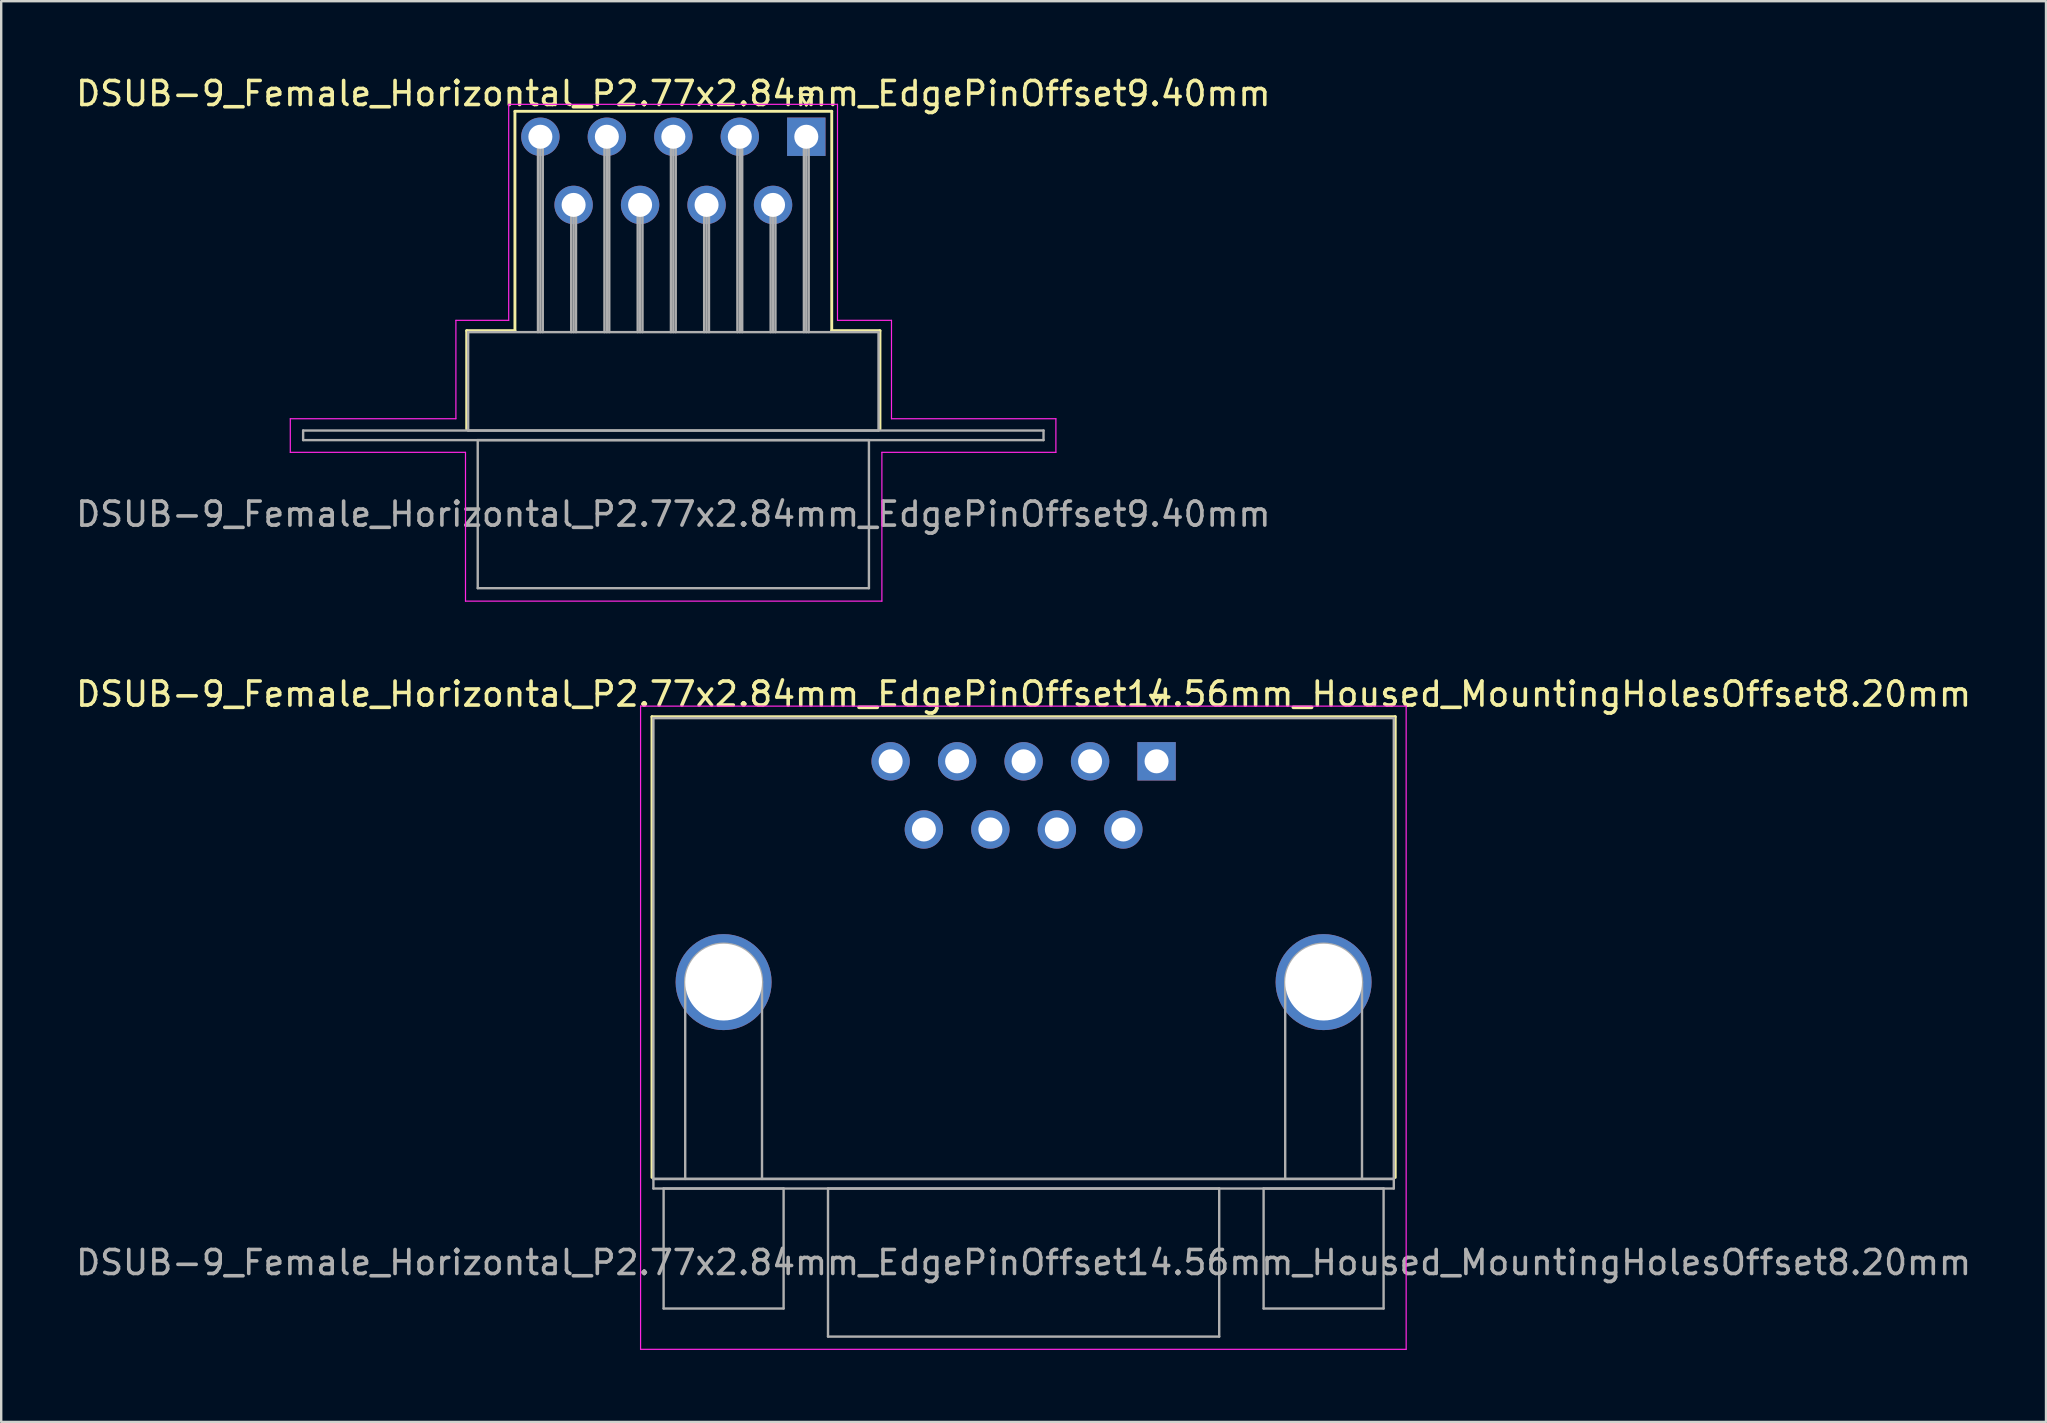
<source format=kicad_pcb>
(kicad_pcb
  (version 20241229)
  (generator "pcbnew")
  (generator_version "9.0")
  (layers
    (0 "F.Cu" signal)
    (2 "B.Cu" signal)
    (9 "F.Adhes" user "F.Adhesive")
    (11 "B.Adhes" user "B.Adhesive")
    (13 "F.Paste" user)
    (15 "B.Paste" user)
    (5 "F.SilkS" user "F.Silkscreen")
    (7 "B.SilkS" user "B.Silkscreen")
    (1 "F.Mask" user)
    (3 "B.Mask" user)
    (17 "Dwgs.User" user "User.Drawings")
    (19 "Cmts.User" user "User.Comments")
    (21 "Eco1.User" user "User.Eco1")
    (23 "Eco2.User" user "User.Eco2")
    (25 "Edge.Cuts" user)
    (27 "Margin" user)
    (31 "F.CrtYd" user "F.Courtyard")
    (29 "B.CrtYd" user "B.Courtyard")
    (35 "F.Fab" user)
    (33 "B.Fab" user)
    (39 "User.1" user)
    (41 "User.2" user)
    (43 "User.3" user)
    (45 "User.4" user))
  (footprint "DSUB-9_Female_Horizontal_P2.77x2.84mm_EdgePinOffset9.40mm"
    (layer "F.Cu")
    (at 30.546 2.648)
    (property "Reference" "DSUB-9_Female_Horizontal_P2.77x2.84mm_EdgePinOffset9.40mm" (at -5.54 -1.8 0) (layer "F.SilkS") (effects (font (size 1 1) (thickness 0.15))))
    (attr through_hole)
    (fp_line (start -14.15 8.08) (end -12.14 8.08) (stroke (width 0.12) (type solid)) (layer "F.SilkS"))
    (fp_line (start -14.15 12.18) (end -14.15 8.08) (stroke (width 0.12) (type solid)) (layer "F.SilkS"))
    (fp_line (start -12.14 -1.06) (end 1.06 -1.06) (stroke (width 0.12) (type solid)) (layer "F.SilkS"))
    (fp_line (start -12.14 8.08) (end -12.14 -1.06) (stroke (width 0.12) (type solid)) (layer "F.SilkS"))
    (fp_line (start -0.25 -1.754) (end 0.25 -1.754) (stroke (width 0.12) (type solid)) (layer "F.SilkS"))
    (fp_line (start 0 -1.321) (end -0.25 -1.754) (stroke (width 0.12) (type solid)) (layer "F.SilkS"))
    (fp_line (start 0.25 -1.754) (end 0 -1.321) (stroke (width 0.12) (type solid)) (layer "F.SilkS"))
    (fp_line (start 1.06 -1.06) (end 1.06 8.08) (stroke (width 0.12) (type solid)) (layer "F.SilkS"))
    (fp_line (start 1.06 8.08) (end 3.07 8.08) (stroke (width 0.12) (type solid)) (layer "F.SilkS"))
    (fp_line (start 3.07 8.08) (end 3.07 12.18) (stroke (width 0.12) (type solid)) (layer "F.SilkS"))
    (fp_line (start -21.5 11.75) (end -14.6 11.75) (stroke (width 0.05) (type solid)) (layer "F.CrtYd"))
    (fp_line (start -21.5 13.15) (end -21.5 11.75) (stroke (width 0.05) (type solid)) (layer "F.CrtYd"))
    (fp_line (start -14.6 7.65) (end -12.4 7.65) (stroke (width 0.05) (type solid)) (layer "F.CrtYd"))
    (fp_line (start -14.6 11.75) (end -14.6 7.65) (stroke (width 0.05) (type solid)) (layer "F.CrtYd"))
    (fp_line (start -14.2 13.15) (end -21.5 13.15) (stroke (width 0.05) (type solid)) (layer "F.CrtYd"))
    (fp_line (start -14.2 19.35) (end -14.2 13.15) (stroke (width 0.05) (type solid)) (layer "F.CrtYd"))
    (fp_line (start -12.4 -1.35) (end 1.3 -1.35) (stroke (width 0.05) (type solid)) (layer "F.CrtYd"))
    (fp_line (start -12.4 7.65) (end -12.4 -1.35) (stroke (width 0.05) (type solid)) (layer "F.CrtYd"))
    (fp_line (start 1.3 -1.35) (end 1.3 7.65) (stroke (width 0.05) (type solid)) (layer "F.CrtYd"))
    (fp_line (start 1.3 7.65) (end 3.55 7.65) (stroke (width 0.05) (type solid)) (layer "F.CrtYd"))
    (fp_line (start 3.15 13.15) (end 3.15 19.35) (stroke (width 0.05) (type solid)) (layer "F.CrtYd"))
    (fp_line (start 3.15 19.35) (end -14.2 19.35) (stroke (width 0.05) (type solid)) (layer "F.CrtYd"))
    (fp_line (start 3.55 7.65) (end 3.55 11.75) (stroke (width 0.05) (type solid)) (layer "F.CrtYd"))
    (fp_line (start 3.55 11.75) (end 10.4 11.75) (stroke (width 0.05) (type solid)) (layer "F.CrtYd"))
    (fp_line (start 10.4 11.75) (end 10.4 13.15) (stroke (width 0.05) (type solid)) (layer "F.CrtYd"))
    (fp_line (start 10.4 13.15) (end 3.15 13.15) (stroke (width 0.05) (type solid)) (layer "F.CrtYd"))
    (fp_line (start -20.965 12.24) (end -20.965 12.64) (stroke (width 0.1) (type solid)) (layer "F.Fab"))
    (fp_line (start -20.965 12.64) (end 9.885 12.64) (stroke (width 0.1) (type solid)) (layer "F.Fab"))
    (fp_line (start -14.09 8.14) (end -14.09 12.24) (stroke (width 0.1) (type solid)) (layer "F.Fab"))
    (fp_line (start -14.09 12.24) (end 3.01 12.24) (stroke (width 0.1) (type solid)) (layer "F.Fab"))
    (fp_line (start -13.69 12.64) (end -13.69 18.81) (stroke (width 0.1) (type solid)) (layer "F.Fab"))
    (fp_line (start -13.69 18.81) (end 2.61 18.81) (stroke (width 0.1) (type solid)) (layer "F.Fab"))
    (fp_line (start -11.18 0) (end -11.18 8.14) (stroke (width 0.1) (type solid)) (layer "F.Fab"))
    (fp_line (start -11.08 0) (end -11.08 8.14) (stroke (width 0.1) (type solid)) (layer "F.Fab"))
    (fp_line (start -10.98 0) (end -10.98 8.14) (stroke (width 0.1) (type solid)) (layer "F.Fab"))
    (fp_line (start -9.795 2.84) (end -9.795 8.14) (stroke (width 0.1) (type solid)) (layer "F.Fab"))
    (fp_line (start -9.695 2.84) (end -9.695 8.14) (stroke (width 0.1) (type solid)) (layer "F.Fab"))
    (fp_line (start -9.595 2.84) (end -9.595 8.14) (stroke (width 0.1) (type solid)) (layer "F.Fab"))
    (fp_line (start -8.41 0) (end -8.41 8.14) (stroke (width 0.1) (type solid)) (layer "F.Fab"))
    (fp_line (start -8.31 0) (end -8.31 8.14) (stroke (width 0.1) (type solid)) (layer "F.Fab"))
    (fp_line (start -8.21 0) (end -8.21 8.14) (stroke (width 0.1) (type solid)) (layer "F.Fab"))
    (fp_line (start -7.025 2.84) (end -7.025 8.14) (stroke (width 0.1) (type solid)) (layer "F.Fab"))
    (fp_line (start -6.925 2.84) (end -6.925 8.14) (stroke (width 0.1) (type solid)) (layer "F.Fab"))
    (fp_line (start -6.825 2.84) (end -6.825 8.14) (stroke (width 0.1) (type solid)) (layer "F.Fab"))
    (fp_line (start -5.64 0) (end -5.64 8.14) (stroke (width 0.1) (type solid)) (layer "F.Fab"))
    (fp_line (start -5.54 0) (end -5.54 8.14) (stroke (width 0.1) (type solid)) (layer "F.Fab"))
    (fp_line (start -5.44 0) (end -5.44 8.14) (stroke (width 0.1) (type solid)) (layer "F.Fab"))
    (fp_line (start -4.255 2.84) (end -4.255 8.14) (stroke (width 0.1) (type solid)) (layer "F.Fab"))
    (fp_line (start -4.155 2.84) (end -4.155 8.14) (stroke (width 0.1) (type solid)) (layer "F.Fab"))
    (fp_line (start -4.055 2.84) (end -4.055 8.14) (stroke (width 0.1) (type solid)) (layer "F.Fab"))
    (fp_line (start -2.87 0) (end -2.87 8.14) (stroke (width 0.1) (type solid)) (layer "F.Fab"))
    (fp_line (start -2.77 0) (end -2.77 8.14) (stroke (width 0.1) (type solid)) (layer "F.Fab"))
    (fp_line (start -2.67 0) (end -2.67 8.14) (stroke (width 0.1) (type solid)) (layer "F.Fab"))
    (fp_line (start -1.485 2.84) (end -1.485 8.14) (stroke (width 0.1) (type solid)) (layer "F.Fab"))
    (fp_line (start -1.385 2.84) (end -1.385 8.14) (stroke (width 0.1) (type solid)) (layer "F.Fab"))
    (fp_line (start -1.285 2.84) (end -1.285 8.14) (stroke (width 0.1) (type solid)) (layer "F.Fab"))
    (fp_line (start -0.1 0) (end -0.1 8.14) (stroke (width 0.1) (type solid)) (layer "F.Fab"))
    (fp_line (start 0 0) (end 0 8.14) (stroke (width 0.1) (type solid)) (layer "F.Fab"))
    (fp_line (start 0.1 0) (end 0.1 8.14) (stroke (width 0.1) (type solid)) (layer "F.Fab"))
    (fp_line (start 2.61 12.64) (end -13.69 12.64) (stroke (width 0.1) (type solid)) (layer "F.Fab"))
    (fp_line (start 2.61 18.81) (end 2.61 12.64) (stroke (width 0.1) (type solid)) (layer "F.Fab"))
    (fp_line (start 3.01 8.14) (end -14.09 8.14) (stroke (width 0.1) (type solid)) (layer "F.Fab"))
    (fp_line (start 3.01 12.24) (end 3.01 8.14) (stroke (width 0.1) (type solid)) (layer "F.Fab"))
    (fp_line (start 9.885 12.24) (end -20.965 12.24) (stroke (width 0.1) (type solid)) (layer "F.Fab"))
    (fp_line (start 9.885 12.64) (end 9.885 12.24) (stroke (width 0.1) (type solid)) (layer "F.Fab"))
    (fp_text user "${REFERENCE}" (at -5.54 15.725 0) (layer "F.Fab") (effects (font (size 1 1) (thickness 0.15))))
    (pad "1" thru_hole rect (at 0 0) (size 1.6 1.6) (drill 1) (layers "*.Cu" "*.Mask"))
    (pad "2" thru_hole circle (at -2.77 0) (size 1.6 1.6) (drill 1) (layers "*.Cu" "*.Mask"))
    (pad "3" thru_hole circle (at -5.54 0) (size 1.6 1.6) (drill 1) (layers "*.Cu" "*.Mask"))
    (pad "4" thru_hole circle (at -8.31 0) (size 1.6 1.6) (drill 1) (layers "*.Cu" "*.Mask"))
    (pad "5" thru_hole circle (at -11.08 0) (size 1.6 1.6) (drill 1) (layers "*.Cu" "*.Mask"))
    (pad "6" thru_hole circle (at -1.385 2.84) (size 1.6 1.6) (drill 1) (layers "*.Cu" "*.Mask"))
    (pad "7" thru_hole circle (at -4.155 2.84) (size 1.6 1.6) (drill 1) (layers "*.Cu" "*.Mask"))
    (pad "8" thru_hole circle (at -6.925 2.84) (size 1.6 1.6) (drill 1) (layers "*.Cu" "*.Mask"))
    (pad "9" thru_hole circle (at -9.695 2.84) (size 1.6 1.6) (drill 1) (layers "*.Cu" "*.Mask")))
  (footprint "DSUB-9_Female_Horizontal_P2.77x2.84mm_EdgePinOffset14.56mm_Housed_MountingHolesOffset8.20mm"
    (layer "F.Cu")
    (at 45.141 28.672)
    (property "Reference" "DSUB-9_Female_Horizontal_P2.77x2.84mm_EdgePinOffset14.56mm_Housed_MountingHolesOffset8.20mm" (at -5.54 -2.8 0) (layer "F.SilkS") (effects (font (size 1 1) (thickness 0.15))))
    (attr through_hole)
    (fp_line (start -21.025 -1.86) (end 9.945 -1.86) (stroke (width 0.12) (type solid)) (layer "F.SilkS"))
    (fp_line (start -21.025 17.34) (end -21.025 -1.86) (stroke (width 0.12) (type solid)) (layer "F.SilkS"))
    (fp_line (start -0.25 -2.754) (end 0.25 -2.754) (stroke (width 0.12) (type solid)) (layer "F.SilkS"))
    (fp_line (start 0 -2.321) (end -0.25 -2.754) (stroke (width 0.12) (type solid)) (layer "F.SilkS"))
    (fp_line (start 0.25 -2.754) (end 0 -2.321) (stroke (width 0.12) (type solid)) (layer "F.SilkS"))
    (fp_line (start 9.945 -1.86) (end 9.945 17.34) (stroke (width 0.12) (type solid)) (layer "F.SilkS"))
    (fp_line (start -21.5 -2.3) (end -21.5 24.5) (stroke (width 0.05) (type solid)) (layer "F.CrtYd"))
    (fp_line (start -21.5 24.5) (end 10.4 24.5) (stroke (width 0.05) (type solid)) (layer "F.CrtYd"))
    (fp_line (start 10.4 -2.3) (end -21.5 -2.3) (stroke (width 0.05) (type solid)) (layer "F.CrtYd"))
    (fp_line (start 10.4 24.5) (end 10.4 -2.3) (stroke (width 0.05) (type solid)) (layer "F.CrtYd"))
    (fp_line (start -20.965 -1.8) (end -20.965 17.4) (stroke (width 0.1) (type solid)) (layer "F.Fab"))
    (fp_line (start -20.965 17.4) (end -20.965 17.8) (stroke (width 0.1) (type solid)) (layer "F.Fab"))
    (fp_line (start -20.965 17.4) (end 9.885 17.4) (stroke (width 0.1) (type solid)) (layer "F.Fab"))
    (fp_line (start -20.965 17.8) (end 9.885 17.8) (stroke (width 0.1) (type solid)) (layer "F.Fab"))
    (fp_line (start -20.54 17.8) (end -20.54 22.8) (stroke (width 0.1) (type solid)) (layer "F.Fab"))
    (fp_line (start -20.54 22.8) (end -15.54 22.8) (stroke (width 0.1) (type solid)) (layer "F.Fab"))
    (fp_line (start -19.64 17.4) (end -19.64 9.2) (stroke (width 0.1) (type solid)) (layer "F.Fab"))
    (fp_line (start -16.44 17.4) (end -16.44 9.2) (stroke (width 0.1) (type solid)) (layer "F.Fab"))
    (fp_line (start -15.54 17.8) (end -20.54 17.8) (stroke (width 0.1) (type solid)) (layer "F.Fab"))
    (fp_line (start -15.54 22.8) (end -15.54 17.8) (stroke (width 0.1) (type solid)) (layer "F.Fab"))
    (fp_line (start -13.69 17.8) (end -13.69 23.97) (stroke (width 0.1) (type solid)) (layer "F.Fab"))
    (fp_line (start -13.69 23.97) (end 2.61 23.97) (stroke (width 0.1) (type solid)) (layer "F.Fab"))
    (fp_line (start 2.61 17.8) (end -13.69 17.8) (stroke (width 0.1) (type solid)) (layer "F.Fab"))
    (fp_line (start 2.61 23.97) (end 2.61 17.8) (stroke (width 0.1) (type solid)) (layer "F.Fab"))
    (fp_line (start 4.46 17.8) (end 4.46 22.8) (stroke (width 0.1) (type solid)) (layer "F.Fab"))
    (fp_line (start 4.46 22.8) (end 9.46 22.8) (stroke (width 0.1) (type solid)) (layer "F.Fab"))
    (fp_line (start 5.36 17.4) (end 5.36 9.2) (stroke (width 0.1) (type solid)) (layer "F.Fab"))
    (fp_line (start 8.56 17.4) (end 8.56 9.2) (stroke (width 0.1) (type solid)) (layer "F.Fab"))
    (fp_line (start 9.46 17.8) (end 4.46 17.8) (stroke (width 0.1) (type solid)) (layer "F.Fab"))
    (fp_line (start 9.46 22.8) (end 9.46 17.8) (stroke (width 0.1) (type solid)) (layer "F.Fab"))
    (fp_line (start 9.885 -1.8) (end -20.965 -1.8) (stroke (width 0.1) (type solid)) (layer "F.Fab"))
    (fp_line (start 9.885 17.4) (end -20.965 17.4) (stroke (width 0.1) (type solid)) (layer "F.Fab"))
    (fp_line (start 9.885 17.4) (end 9.885 -1.8) (stroke (width 0.1) (type solid)) (layer "F.Fab"))
    (fp_line (start 9.885 17.8) (end 9.885 17.4) (stroke (width 0.1) (type solid)) (layer "F.Fab"))
    (fp_arc (start -19.64 9.2) (mid -18.04 7.6) (end -16.44 9.2) (stroke (width 0.1) (type solid)) (layer "F.Fab"))
    (fp_arc (start 5.36 9.2) (mid 6.96 7.6) (end 8.56 9.2) (stroke (width 0.1) (type solid)) (layer "F.Fab"))
    (fp_text user "${REFERENCE}" (at -5.54 20.885 0) (layer "F.Fab") (effects (font (size 1 1) (thickness 0.15))))
    (pad "0" thru_hole circle (at -18.04 9.2) (size 4 4) (drill 3.2) (layers "*.Cu" "*.Mask"))
    (pad "0" thru_hole circle (at 6.96 9.2) (size 4 4) (drill 3.2) (layers "*.Cu" "*.Mask"))
    (pad "1" thru_hole rect (at 0 0) (size 1.6 1.6) (drill 1) (layers "*.Cu" "*.Mask"))
    (pad "2" thru_hole circle (at -2.77 0) (size 1.6 1.6) (drill 1) (layers "*.Cu" "*.Mask"))
    (pad "3" thru_hole circle (at -5.54 0) (size 1.6 1.6) (drill 1) (layers "*.Cu" "*.Mask"))
    (pad "4" thru_hole circle (at -8.31 0) (size 1.6 1.6) (drill 1) (layers "*.Cu" "*.Mask"))
    (pad "5" thru_hole circle (at -11.08 0) (size 1.6 1.6) (drill 1) (layers "*.Cu" "*.Mask"))
    (pad "6" thru_hole circle (at -1.385 2.84) (size 1.6 1.6) (drill 1) (layers "*.Cu" "*.Mask"))
    (pad "7" thru_hole circle (at -4.155 2.84) (size 1.6 1.6) (drill 1) (layers "*.Cu" "*.Mask"))
    (pad "8" thru_hole circle (at -6.925 2.84) (size 1.6 1.6) (drill 1) (layers "*.Cu" "*.Mask"))
    (pad "9" thru_hole circle (at -9.695 2.84) (size 1.6 1.6) (drill 1) (layers "*.Cu" "*.Mask")))
  (gr_rect
    (start -3 -3)
    (end 82.202 56.197)
    (stroke (width 0.1) (type default))
    (fill no)
    (layer "Edge.Cuts")))
</source>
